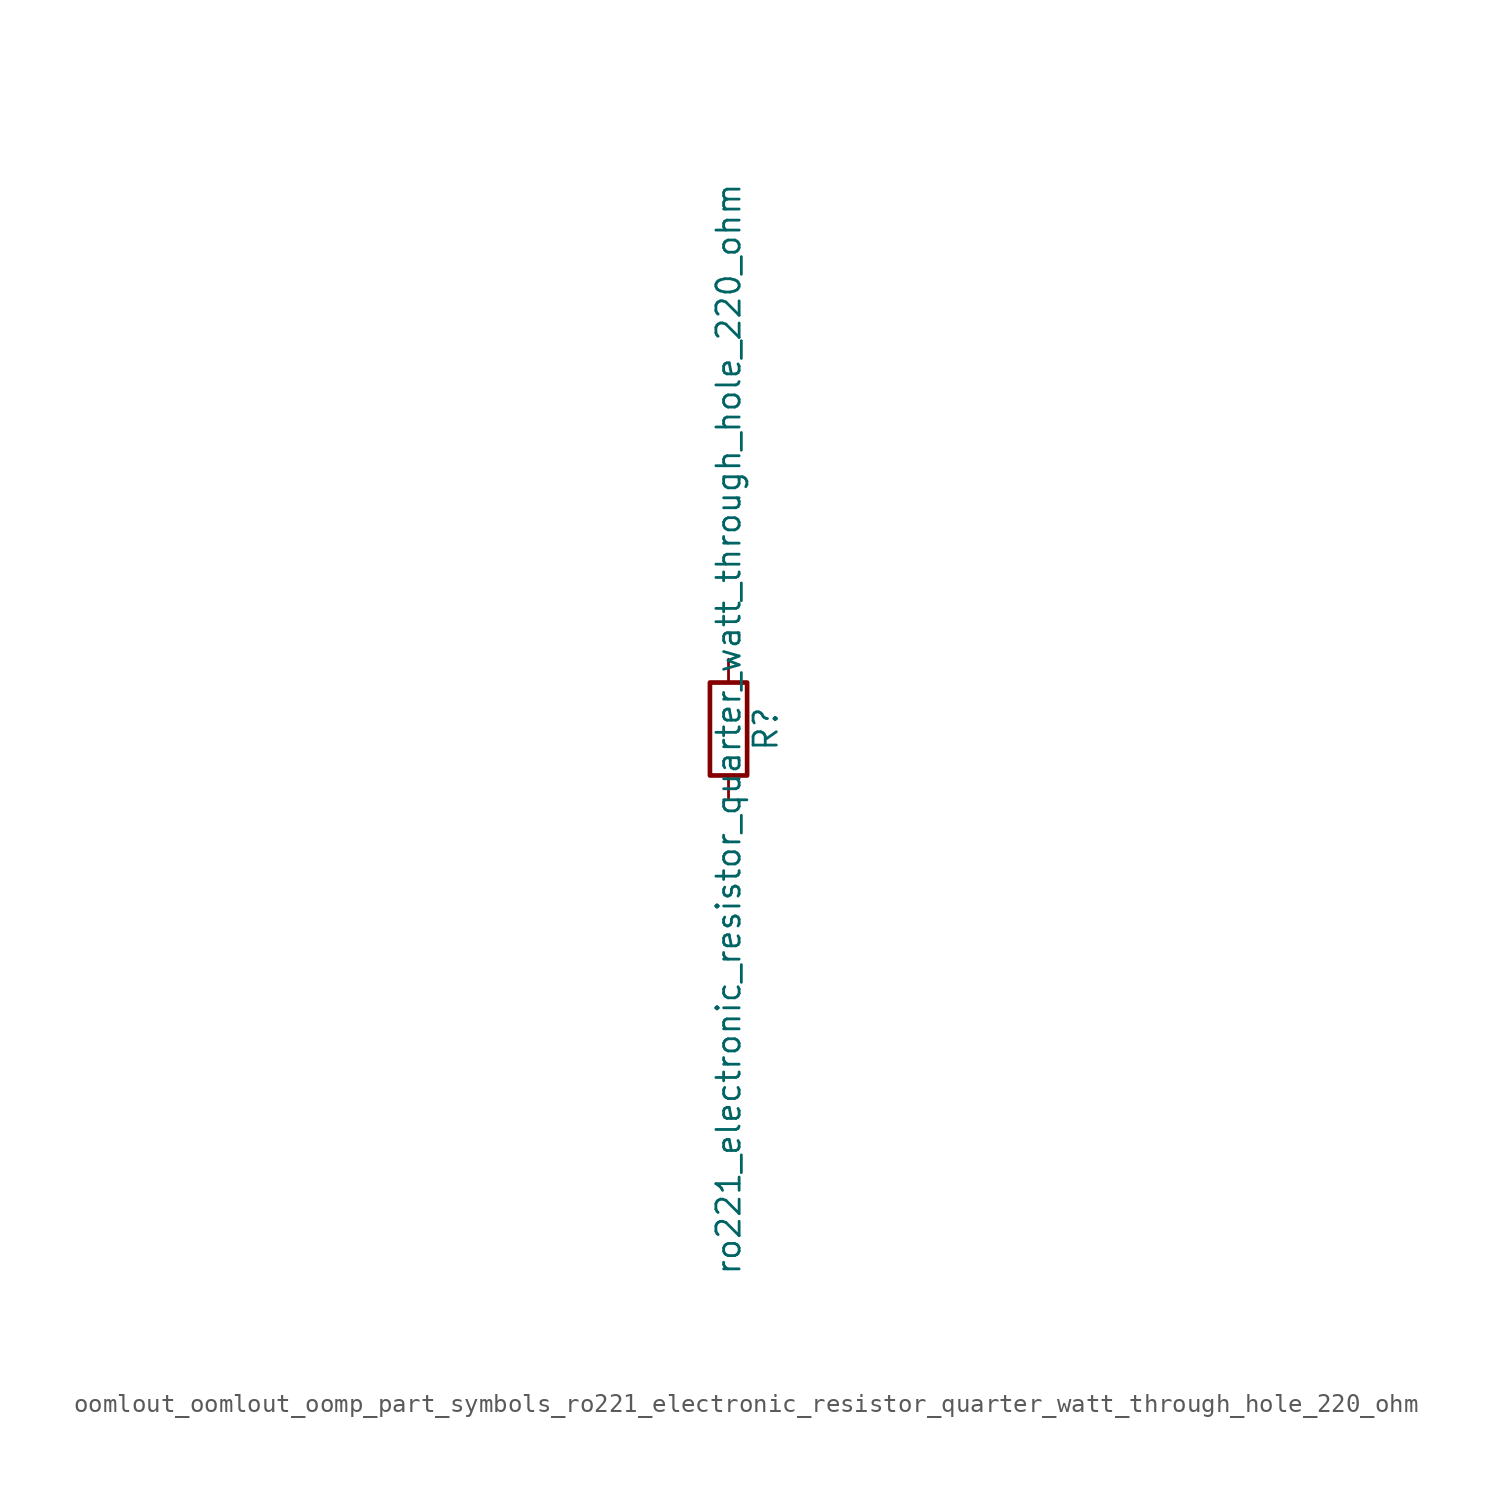
<source format=kicad_sym>
(kicad_symbol_lib
  (version 20220914)
  (generator kicad_symbol_editor)
  (symbol "oomlout_oomlout_oomp_part_symbols_ro221_electronic_resistor_quarter_watt_through_hole_220_ohm"
    (pin_numbers hide)
    (pin_names
      (offset 0))
    (property "Reference" "R"
      (at 2.032 0 90)
      (effects (font (size 1.27 1.27))))
    (property "Value" "ro221_electronic_resistor_quarter_watt_through_hole_220_ohm"
      (at 0 0 90)
      (effects (font (size 1.27 1.27))))
    (symbol "oomlout_oomlout_oomp_part_symbols_ro221_electronic_resistor_quarter_watt_through_hole_220_ohm_0_1"
      (rectangle (start -1.016 -2.54) (end 1.016 2.54) (stroke (width 0.254) (type default)) (fill (type none))))
    (symbol "oomlout_oomlout_oomp_part_symbols_ro221_electronic_resistor_quarter_watt_through_hole_220_ohm_1_1"
      (pin passive line (at 0 3.81 270) (length 1.27) (name "~" (effects (font (size 1.27 1.27)))) (number "1" (effects (font (size 1.27 1.27)))))
      (pin passive line (at 0 -3.81 90) (length 1.27) (name "~" (effects (font (size 1.27 1.27)))) (number "2" (effects (font (size 1.27 1.27))))))))
</source>
